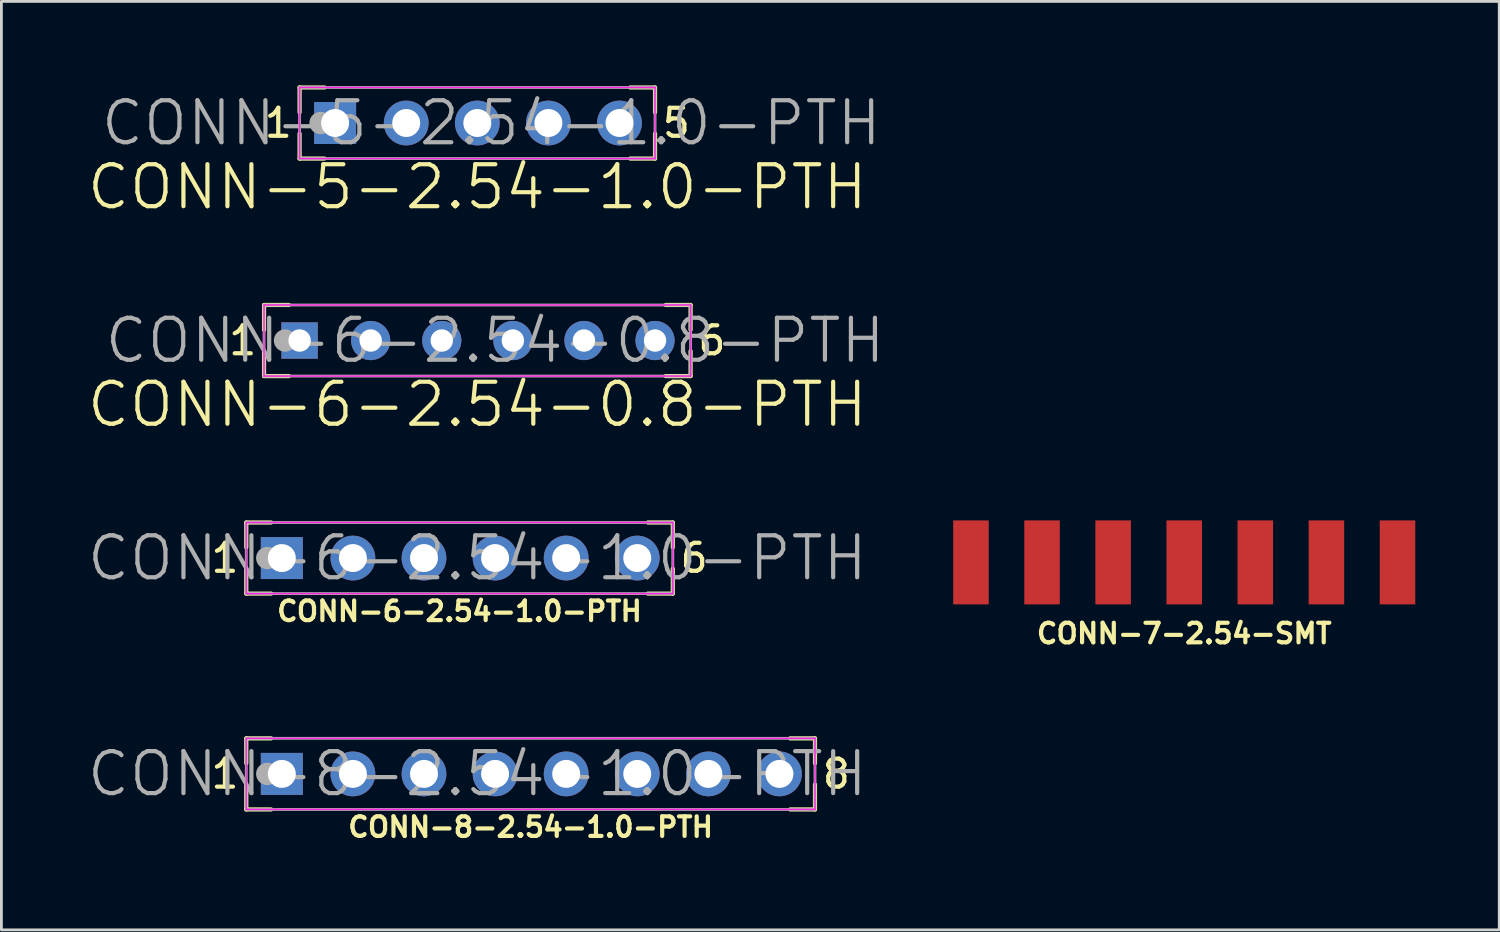
<source format=kicad_pcb>
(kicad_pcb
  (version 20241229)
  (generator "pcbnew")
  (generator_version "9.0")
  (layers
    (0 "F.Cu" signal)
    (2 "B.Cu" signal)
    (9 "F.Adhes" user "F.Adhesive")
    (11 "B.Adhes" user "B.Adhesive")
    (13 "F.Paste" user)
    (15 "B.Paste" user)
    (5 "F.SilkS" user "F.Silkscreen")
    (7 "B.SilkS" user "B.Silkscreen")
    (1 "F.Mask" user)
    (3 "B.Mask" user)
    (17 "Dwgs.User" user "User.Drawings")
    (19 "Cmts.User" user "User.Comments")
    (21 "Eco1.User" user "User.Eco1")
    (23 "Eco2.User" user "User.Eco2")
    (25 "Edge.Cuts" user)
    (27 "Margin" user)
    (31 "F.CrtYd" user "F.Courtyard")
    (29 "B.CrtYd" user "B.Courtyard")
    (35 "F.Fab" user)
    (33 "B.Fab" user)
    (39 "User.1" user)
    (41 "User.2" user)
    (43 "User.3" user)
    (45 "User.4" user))
  (footprint "CONN-5-2.54-1.0-PTH"
    (layer "F.Cu")
    (at 14.004 1.345)
    (property "Reference" "CONN-5-2.54-1.0-PTH" (at 0 2.286 0) (layer "F.SilkS") (effects (font (size 1.5 1.5) (thickness 0.15))))
    (attr through_hole)
    (fp_line (start -6.35 -1.27) (end -5.461 -1.27) (stroke (width 0.15) (type solid)) (layer "F.SilkS"))
    (fp_line (start -6.35 -0.381) (end -6.35 -1.27) (stroke (width 0.15) (type solid)) (layer "F.SilkS"))
    (fp_line (start -6.35 1.27) (end -6.35 0.381) (stroke (width 0.15) (type solid)) (layer "F.SilkS"))
    (fp_line (start -5.461 1.27) (end -6.35 1.27) (stroke (width 0.15) (type solid)) (layer "F.SilkS"))
    (fp_line (start 6.35 -1.27) (end 5.461 -1.27) (stroke (width 0.15) (type solid)) (layer "F.SilkS"))
    (fp_line (start 6.35 -0.381) (end 6.35 -1.27) (stroke (width 0.15) (type solid)) (layer "F.SilkS"))
    (fp_line (start 6.35 0.381) (end 6.35 1.27) (stroke (width 0.15) (type solid)) (layer "F.SilkS"))
    (fp_line (start 6.35 1.27) (end 5.461 1.27) (stroke (width 0.15) (type solid)) (layer "F.SilkS"))
    (fp_line (start -6.35 -1.27) (end 6.35 -1.27) (stroke (width 0.05) (type solid)) (layer "F.CrtYd"))
    (fp_line (start -6.35 1.27) (end -6.35 -1.27) (stroke (width 0.05) (type solid)) (layer "F.CrtYd"))
    (fp_line (start 6.35 -1.27) (end 6.35 1.27) (stroke (width 0.05) (type solid)) (layer "F.CrtYd"))
    (fp_line (start 6.35 1.27) (end -6.35 1.27) (stroke (width 0.05) (type solid)) (layer "F.CrtYd"))
    (fp_line (start -6.35 -1.27) (end 6.35 -1.27) (stroke (width 0.1) (type solid)) (layer "F.Fab"))
    (fp_line (start -6.35 1.27) (end -6.35 -1.27) (stroke (width 0.1) (type solid)) (layer "F.Fab"))
    (fp_line (start 6.35 -1.27) (end 6.35 1.27) (stroke (width 0.1) (type solid)) (layer "F.Fab"))
    (fp_line (start 6.35 1.27) (end -6.35 1.27) (stroke (width 0.1) (type solid)) (layer "F.Fab"))
    (fp_circle (center -5.6 0) (end -5.4 0) (stroke (width 0.4) (type solid)) (fill no) (layer "F.Fab"))
    (fp_text user "5" (at 7.112 0 0) (layer "F.SilkS") (effects (font (size 1 1) (thickness 0.15))))
    (fp_text user "1" (at -7.112 0 0) (layer "F.SilkS") (effects (font (size 1 1) (thickness 0.15))))
    (fp_text user "${REFERENCE}" (at 0.5 0 0) (layer "F.Fab") (effects (font (size 1.5 1.5) (thickness 0.15))))
    (pad "1" thru_hole rect (at -5.08 0) (size 1.5 1.5) (drill 1) (layers "*.Cu" "*.Mask"))
    (pad "2" thru_hole circle (at -2.54 0) (size 1.6 1.6) (drill 1) (layers "*.Cu" "*.Mask"))
    (pad "3" thru_hole circle (at 0 0) (size 1.6 1.6) (drill 1) (layers "*.Cu" "*.Mask"))
    (pad "4" thru_hole circle (at 2.54 0) (size 1.6 1.6) (drill 1) (layers "*.Cu" "*.Mask"))
    (pad "5" thru_hole circle (at 5.08 0) (size 1.6 1.6) (drill 1) (layers "*.Cu" "*.Mask")))
  (footprint "CONN-6-2.54-1.0-PTH"
    (layer "F.Cu")
    (at 13.369 16.889)
    (property "Reference" "CONN-6-2.54-1.0-PTH" (at 0 1.9 0) (layer "F.SilkS") (effects (font (size 0.7 0.7) (thickness 0.15))))
    (attr through_hole)
    (fp_line (start -7.62 -1.27) (end -6.731 -1.27) (stroke (width 0.15) (type solid)) (layer "F.SilkS"))
    (fp_line (start -7.62 -0.381) (end -7.62 -1.27) (stroke (width 0.15) (type solid)) (layer "F.SilkS"))
    (fp_line (start -7.62 1.27) (end -7.62 0.381) (stroke (width 0.15) (type solid)) (layer "F.SilkS"))
    (fp_line (start -6.731 1.27) (end -7.62 1.27) (stroke (width 0.15) (type solid)) (layer "F.SilkS"))
    (fp_line (start 7.62 -1.27) (end 6.731 -1.27) (stroke (width 0.15) (type solid)) (layer "F.SilkS"))
    (fp_line (start 7.62 -0.381) (end 7.62 -1.27) (stroke (width 0.15) (type solid)) (layer "F.SilkS"))
    (fp_line (start 7.62 0.381) (end 7.62 1.27) (stroke (width 0.15) (type solid)) (layer "F.SilkS"))
    (fp_line (start 7.62 1.27) (end 6.731 1.27) (stroke (width 0.15) (type solid)) (layer "F.SilkS"))
    (fp_line (start -7.62 -1.27) (end 7.62 -1.27) (stroke (width 0.05) (type solid)) (layer "F.CrtYd"))
    (fp_line (start -7.62 1.27) (end -7.62 -1.27) (stroke (width 0.05) (type solid)) (layer "F.CrtYd"))
    (fp_line (start 7.62 -1.27) (end 7.62 1.27) (stroke (width 0.05) (type solid)) (layer "F.CrtYd"))
    (fp_line (start 7.62 1.27) (end -7.62 1.27) (stroke (width 0.05) (type solid)) (layer "F.CrtYd"))
    (fp_line (start -7.62 -1.27) (end 7.62 -1.27) (stroke (width 0.1) (type solid)) (layer "F.Fab"))
    (fp_line (start -7.62 1.27) (end -7.62 -1.27) (stroke (width 0.1) (type solid)) (layer "F.Fab"))
    (fp_line (start 7.62 -1.27) (end 7.62 1.27) (stroke (width 0.1) (type solid)) (layer "F.Fab"))
    (fp_line (start 7.62 1.27) (end -7.62 1.27) (stroke (width 0.1) (type solid)) (layer "F.Fab"))
    (fp_circle (center -6.87 0) (end -6.67 0) (stroke (width 0.4) (type solid)) (fill no) (layer "F.Fab"))
    (fp_text user "6" (at 8.382 0 0) (layer "F.SilkS") (effects (font (size 1 1) (thickness 0.15))))
    (fp_text user "1" (at -8.382 0 0) (layer "F.SilkS") (effects (font (size 1 1) (thickness 0.15))))
    (fp_text user "${REFERENCE}" (at 0.635 0 0) (layer "F.Fab") (effects (font (size 1.5 1.5) (thickness 0.15))))
    (pad "1" thru_hole rect (at -6.35 0) (size 1.5 1.5) (drill 1) (layers "*.Cu" "*.Mask"))
    (pad "2" thru_hole circle (at -3.81 0) (size 1.6 1.6) (drill 1) (layers "*.Cu" "*.Mask"))
    (pad "3" thru_hole circle (at -1.27 0) (size 1.6 1.6) (drill 1) (layers "*.Cu" "*.Mask"))
    (pad "4" thru_hole circle (at 1.27 0) (size 1.6 1.6) (drill 1) (layers "*.Cu" "*.Mask"))
    (pad "5" thru_hole circle (at 3.81 0) (size 1.6 1.6) (drill 1) (layers "*.Cu" "*.Mask"))
    (pad "6" thru_hole circle (at 6.35 0) (size 1.6 1.6) (drill 1) (layers "*.Cu" "*.Mask")))
  (footprint "CONN-8-2.54-1.0-PTH"
    (layer "F.Cu")
    (at 15.909 24.601)
    (property "Reference" "CONN-8-2.54-1.0-PTH" (at 0 1.9 0) (layer "F.SilkS") (effects (font (size 0.7 0.7) (thickness 0.15))))
    (attr through_hole)
    (fp_line (start -10.16 -1.27) (end -9.271 -1.27) (stroke (width 0.15) (type solid)) (layer "F.SilkS"))
    (fp_line (start -10.16 -0.381) (end -10.16 -1.27) (stroke (width 0.15) (type solid)) (layer "F.SilkS"))
    (fp_line (start -10.16 1.27) (end -10.16 0.381) (stroke (width 0.15) (type solid)) (layer "F.SilkS"))
    (fp_line (start -9.271 1.27) (end -10.16 1.27) (stroke (width 0.15) (type solid)) (layer "F.SilkS"))
    (fp_line (start 10.16 -1.27) (end 9.271 -1.27) (stroke (width 0.15) (type solid)) (layer "F.SilkS"))
    (fp_line (start 10.16 -0.381) (end 10.16 -1.27) (stroke (width 0.15) (type solid)) (layer "F.SilkS"))
    (fp_line (start 10.16 0.381) (end 10.16 1.27) (stroke (width 0.15) (type solid)) (layer "F.SilkS"))
    (fp_line (start 10.16 1.27) (end 9.271 1.27) (stroke (width 0.15) (type solid)) (layer "F.SilkS"))
    (fp_line (start -10.16 -1.27) (end 10.16 -1.27) (stroke (width 0.05) (type solid)) (layer "F.CrtYd"))
    (fp_line (start -10.16 1.27) (end -10.16 -1.27) (stroke (width 0.05) (type solid)) (layer "F.CrtYd"))
    (fp_line (start 10.16 -1.27) (end 10.16 1.27) (stroke (width 0.05) (type solid)) (layer "F.CrtYd"))
    (fp_line (start 10.16 1.27) (end -10.16 1.27) (stroke (width 0.05) (type solid)) (layer "F.CrtYd"))
    (fp_line (start -10.16 -1.27) (end 10.16 -1.27) (stroke (width 0.1) (type solid)) (layer "F.Fab"))
    (fp_line (start -10.16 1.27) (end -10.16 -1.27) (stroke (width 0.1) (type solid)) (layer "F.Fab"))
    (fp_line (start 10.16 -1.27) (end 10.16 1.27) (stroke (width 0.1) (type solid)) (layer "F.Fab"))
    (fp_line (start 10.16 1.27) (end -10.16 1.27) (stroke (width 0.1) (type solid)) (layer "F.Fab"))
    (fp_circle (center -9.41 0) (end -9.21 0) (stroke (width 0.4) (type solid)) (fill no) (layer "F.Fab"))
    (fp_text user "8" (at 10.922 0 0) (layer "F.SilkS") (effects (font (size 1 1) (thickness 0.15))))
    (fp_text user "1" (at -10.922 0 0) (layer "F.SilkS") (effects (font (size 1 1) (thickness 0.15))))
    (fp_text user "${REFERENCE}" (at -1.905 0 0) (layer "F.Fab") (effects (font (size 1.5 1.5) (thickness 0.15))))
    (pad "1" thru_hole rect (at -8.89 0) (size 1.5 1.5) (drill 1) (layers "*.Cu" "*.Mask"))
    (pad "2" thru_hole circle (at -6.35 0) (size 1.6 1.6) (drill 1) (layers "*.Cu" "*.Mask"))
    (pad "3" thru_hole circle (at -3.81 0) (size 1.6 1.6) (drill 1) (layers "*.Cu" "*.Mask"))
    (pad "4" thru_hole circle (at -1.27 0) (size 1.6 1.6) (drill 1) (layers "*.Cu" "*.Mask"))
    (pad "5" thru_hole circle (at 1.27 0) (size 1.6 1.6) (drill 1) (layers "*.Cu" "*.Mask"))
    (pad "6" thru_hole circle (at 3.81 0) (size 1.6 1.6) (drill 1) (layers "*.Cu" "*.Mask"))
    (pad "7" thru_hole circle (at 6.35 0) (size 1.6 1.6) (drill 1) (layers "*.Cu" "*.Mask"))
    (pad "8" thru_hole circle (at 8.89 0) (size 1.6 1.6) (drill 1) (layers "*.Cu" "*.Mask")))
  (footprint "CONN-6-2.54-0.8-PTH"
    (layer "F.Cu")
    (at 14.004 9.117)
    (property "Reference" "CONN-6-2.54-0.8-PTH" (at 0 2.286 0) (layer "F.SilkS") (effects (font (size 1.5 1.5) (thickness 0.15))))
    (attr through_hole)
    (fp_line (start -7.62 -1.27) (end -6.731 -1.27) (stroke (width 0.15) (type solid)) (layer "F.SilkS"))
    (fp_line (start -7.62 -0.381) (end -7.62 -1.27) (stroke (width 0.15) (type solid)) (layer "F.SilkS"))
    (fp_line (start -7.62 1.27) (end -7.62 0.381) (stroke (width 0.15) (type solid)) (layer "F.SilkS"))
    (fp_line (start -6.731 1.27) (end -7.62 1.27) (stroke (width 0.15) (type solid)) (layer "F.SilkS"))
    (fp_line (start 7.62 -1.27) (end 6.731 -1.27) (stroke (width 0.15) (type solid)) (layer "F.SilkS"))
    (fp_line (start 7.62 -0.381) (end 7.62 -1.27) (stroke (width 0.15) (type solid)) (layer "F.SilkS"))
    (fp_line (start 7.62 0.381) (end 7.62 1.27) (stroke (width 0.15) (type solid)) (layer "F.SilkS"))
    (fp_line (start 7.62 1.27) (end 6.731 1.27) (stroke (width 0.15) (type solid)) (layer "F.SilkS"))
    (fp_line (start -7.62 -1.27) (end 7.62 -1.27) (stroke (width 0.05) (type solid)) (layer "F.CrtYd"))
    (fp_line (start -7.62 1.27) (end -7.62 -1.27) (stroke (width 0.05) (type solid)) (layer "F.CrtYd"))
    (fp_line (start 7.62 -1.27) (end 7.62 1.27) (stroke (width 0.05) (type solid)) (layer "F.CrtYd"))
    (fp_line (start 7.62 1.27) (end -7.62 1.27) (stroke (width 0.05) (type solid)) (layer "F.CrtYd"))
    (fp_line (start -7.62 -1.27) (end 7.62 -1.27) (stroke (width 0.1) (type solid)) (layer "F.Fab"))
    (fp_line (start -7.62 1.27) (end -7.62 -1.27) (stroke (width 0.1) (type solid)) (layer "F.Fab"))
    (fp_line (start 7.62 -1.27) (end 7.62 1.27) (stroke (width 0.1) (type solid)) (layer "F.Fab"))
    (fp_line (start 7.62 1.27) (end -7.62 1.27) (stroke (width 0.1) (type solid)) (layer "F.Fab"))
    (fp_circle (center -6.87 0) (end -6.67 0) (stroke (width 0.4) (type solid)) (fill no) (layer "F.Fab"))
    (fp_text user "1" (at -8.382 0 0) (layer "F.SilkS") (effects (font (size 1 1) (thickness 0.15))))
    (fp_text user "6" (at 8.382 0 0) (layer "F.SilkS") (effects (font (size 1 1) (thickness 0.15))))
    (fp_text user "${REFERENCE}" (at 0.635 0 0) (layer "F.Fab") (effects (font (size 1.5 1.5) (thickness 0.15))))
    (pad "1" thru_hole rect (at -6.35 0) (size 1.3 1.3) (drill 0.8) (layers "*.Cu" "*.Mask"))
    (pad "2" thru_hole circle (at -3.81 0) (size 1.4 1.4) (drill 0.8) (layers "*.Cu" "*.Mask"))
    (pad "3" thru_hole circle (at -1.27 0) (size 1.4 1.4) (drill 0.8) (layers "*.Cu" "*.Mask"))
    (pad "4" thru_hole circle (at 1.27 0) (size 1.4 1.4) (drill 0.8) (layers "*.Cu" "*.Mask"))
    (pad "5" thru_hole circle (at 3.81 0) (size 1.4 1.4) (drill 0.8) (layers "*.Cu" "*.Mask"))
    (pad "6" thru_hole circle (at 6.35 0) (size 1.4 1.4) (drill 0.8) (layers "*.Cu" "*.Mask")))
  (footprint "CONN-7-2.54-SMT"
    (layer "F.Cu")
    (at 39.262 17.044)
    (property "Reference" "CONN-7-2.54-SMT" (at 0 2.54 0) (layer "F.SilkS") (effects (font (size 0.7 0.7) (thickness 0.15))))
    (attr through_hole)
    (pad "1" smd rect (at -7.62 0) (size 1.27 3) (layers "F.Cu" "F.Mask" "F.Paste"))
    (pad "2" smd rect (at -5.08 0) (size 1.27 3) (layers "F.Cu" "F.Mask" "F.Paste"))
    (pad "3" smd rect (at -2.54 0) (size 1.27 3) (layers "F.Cu" "F.Mask" "F.Paste"))
    (pad "4" smd rect (at 0 0) (size 1.27 3) (layers "F.Cu" "F.Mask" "F.Paste"))
    (pad "5" smd rect (at 2.54 0) (size 1.27 3) (layers "F.Cu" "F.Mask" "F.Paste"))
    (pad "6" smd rect (at 5.08 0) (size 1.27 3) (layers "F.Cu" "F.Mask" "F.Paste"))
    (pad "7" smd rect (at 7.62 0) (size 1.27 3) (layers "F.Cu" "F.Mask" "F.Paste")))
  (gr_rect
    (start -3 -3)
    (end 50.517 30.174)
    (stroke (width 0.1) (type default))
    (fill no)
    (layer "Edge.Cuts")))
</source>
